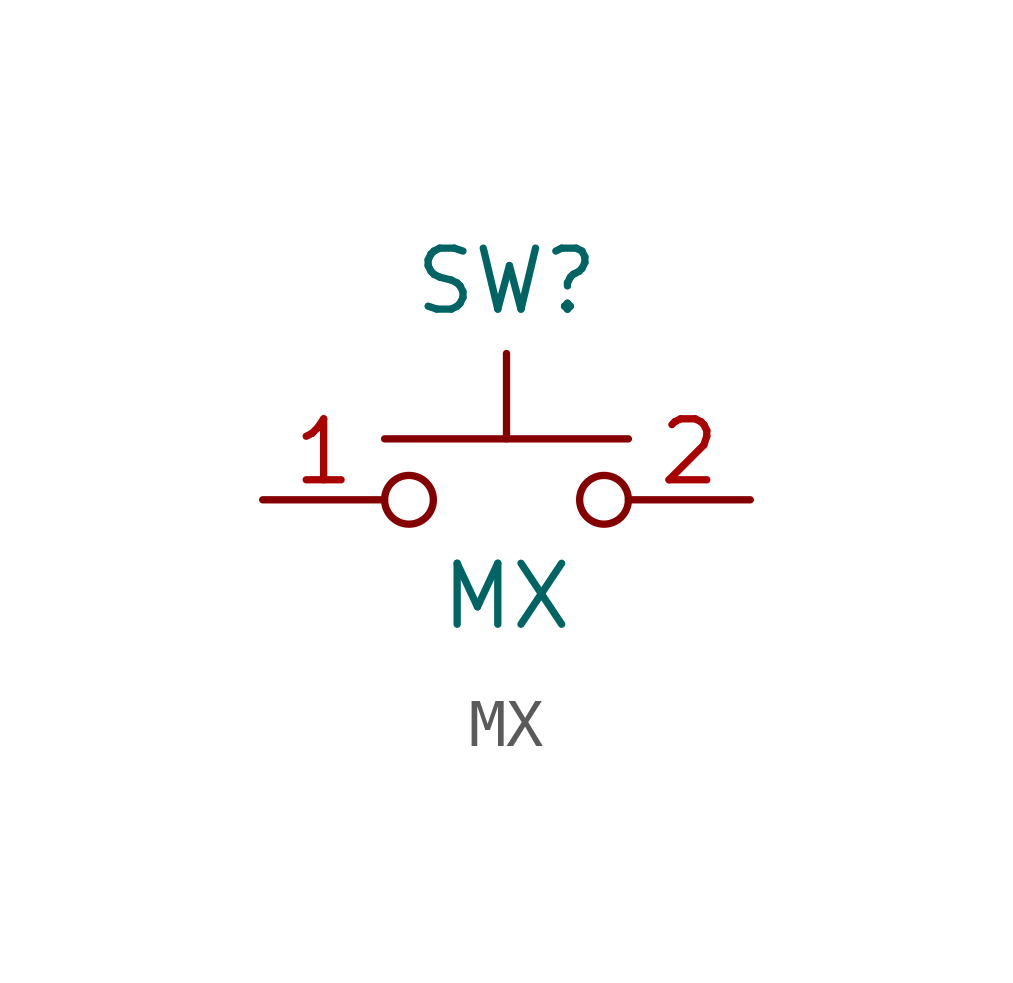
<source format=kicad_sym>
(kicad_symbol_lib
  (version 20211014)
  (generator kicad_symbol_editor)
  (symbol "MX"
    (pin_names
      (offset 0) hide)
    (property "Reference" "SW"
      (at 0 3.81 0)
      (effects (font (size 1.27 1.27)) (justify bottom)))
    (property "Value" "MX"
      (at 0 -1.27 0)
      (effects (font (size 1.27 1.27)) (justify top)))
    (symbol "MX_0_1"
      (circle (center -2.032 0) (radius 0.508) (stroke (width 0) (type default) (color 0 0 0 0)) (fill (type none)))
      (polyline (pts (xy 0 1.27) (xy 0 3.048)) (stroke (width 0) (type default) (color 0 0 0 0)) (fill (type none)))
      (polyline (pts (xy 2.54 1.27) (xy -2.54 1.27)) (stroke (width 0) (type default) (color 0 0 0 0)) (fill (type none)))
      (circle (center 2.032 0) (radius 0.508) (stroke (width 0) (type default) (color 0 0 0 0)) (fill (type none)))
      (pin passive line (at -5.08 0 0) (length 2.54) (name "1" (effects (font (size 1.27 1.27)))) (number "1" (effects (font (size 1.27 1.27)))))
      (pin passive line (at 5.08 0 180) (length 2.54) (name "2" (effects (font (size 1.27 1.27)))) (number "2" (effects (font (size 1.27 1.27))))))))
</source>
